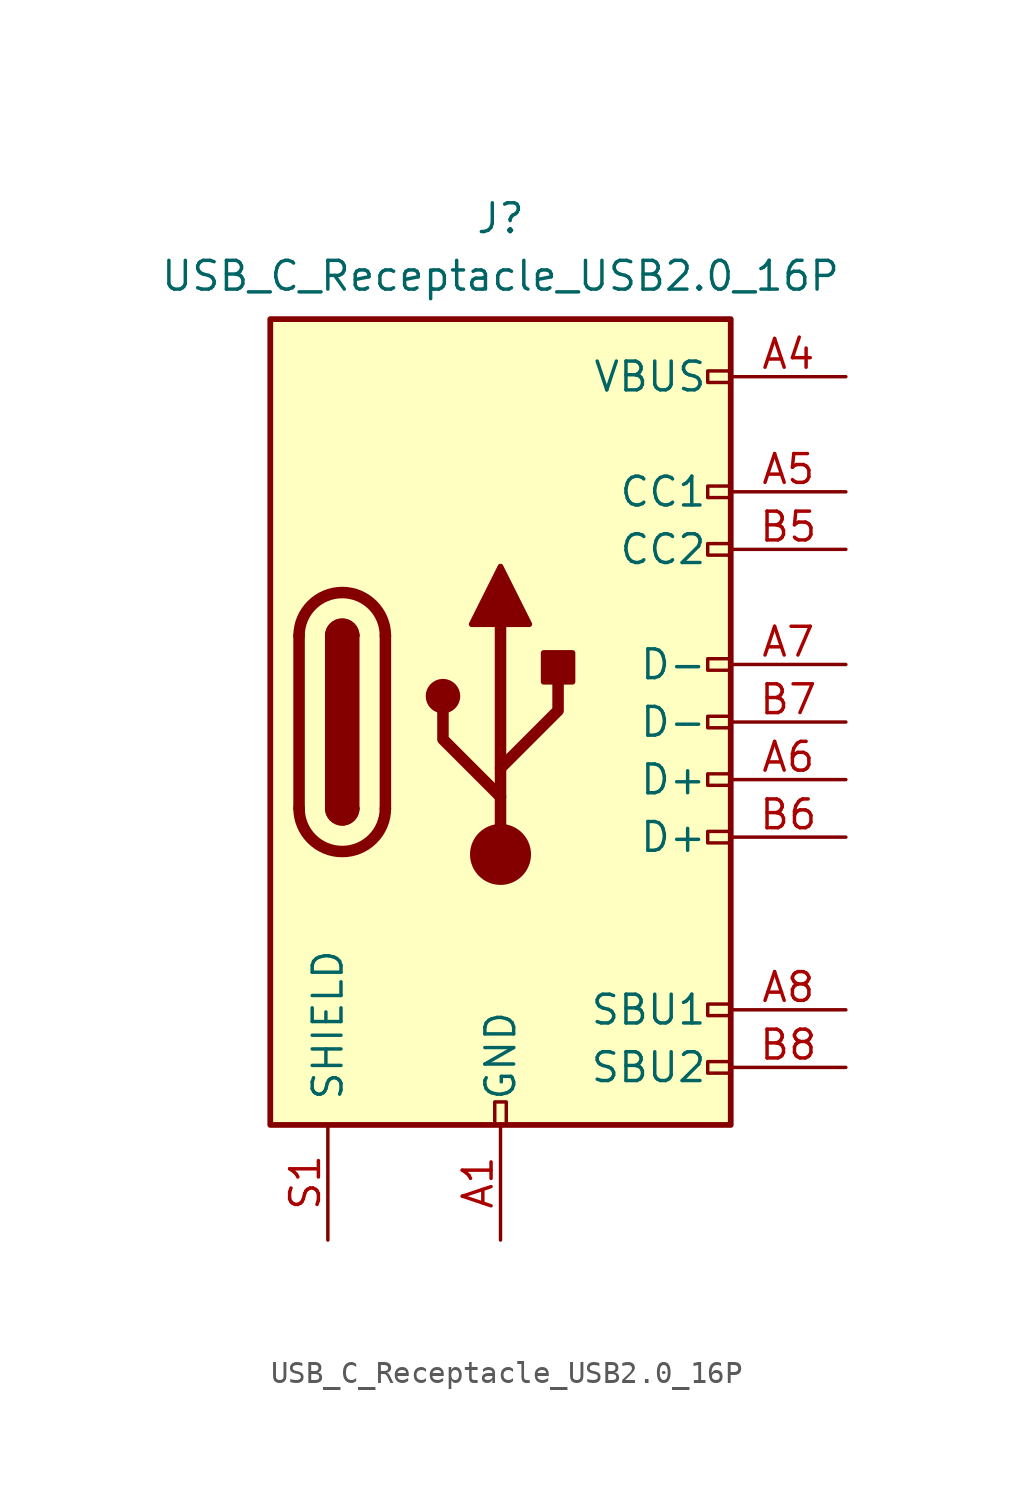
<source format=kicad_sym>
(kicad_symbol_lib
  (version 20241209)
  (generator "kicad_symbol_editor")
  (generator_version "9.0")
  (symbol "USB_C_Receptacle_USB2.0_16P"
    (pin_names
      (offset 1.016))
    (property "Reference" "J"
      (at 0 22.225 0)
      (effects (font (size 1.27 1.27))))
    (property "Value" "USB_C_Receptacle_USB2.0_16P"
      (at 0 19.685 0)
      (effects (font (size 1.27 1.27))))
    (symbol "USB_C_Receptacle_USB2.0_16P_0_0"
      (rectangle (start -0.254 -17.78) (end 0.254 -16.764) (stroke (width 0) (type default)) (fill (type none)))
      (rectangle (start 10.16 15.494) (end 9.144 14.986) (stroke (width 0) (type default)) (fill (type none)))
      (rectangle (start 10.16 10.414) (end 9.144 9.906) (stroke (width 0) (type default)) (fill (type none)))
      (rectangle (start 10.16 7.874) (end 9.144 7.366) (stroke (width 0) (type default)) (fill (type none)))
      (rectangle (start 10.16 2.794) (end 9.144 2.286) (stroke (width 0) (type default)) (fill (type none)))
      (rectangle (start 10.16 0.254) (end 9.144 -0.254) (stroke (width 0) (type default)) (fill (type none)))
      (rectangle (start 10.16 -2.286) (end 9.144 -2.794) (stroke (width 0) (type default)) (fill (type none)))
      (rectangle (start 10.16 -4.826) (end 9.144 -5.334) (stroke (width 0) (type default)) (fill (type none)))
      (rectangle (start 10.16 -12.446) (end 9.144 -12.954) (stroke (width 0) (type default)) (fill (type none)))
      (rectangle (start 10.16 -14.986) (end 9.144 -15.494) (stroke (width 0) (type default)) (fill (type none))))
    (symbol "USB_C_Receptacle_USB2.0_16P_0_1"
      (rectangle (start -10.16 17.78) (end 10.16 -17.78) (stroke (width 0.254) (type default)) (fill (type background)))
      (polyline (pts (xy -8.89 -3.81) (xy -8.89 3.81)) (stroke (width 0.508) (type default)) (fill (type none)))
      (rectangle (start -7.62 -3.81) (end -6.35 3.81) (stroke (width 0.254) (type default)) (fill (type outline)))
      (arc (start -7.62 3.81) (mid -6.985 4.4423) (end -6.35 3.81) (stroke (width 0.254) (type default)) (fill (type none)))
      (arc (start -7.62 3.81) (mid -6.985 4.4423) (end -6.35 3.81) (stroke (width 0.254) (type default)) (fill (type outline)))
      (arc (start -8.89 3.81) (mid -6.985 5.7067) (end -5.08 3.81) (stroke (width 0.508) (type default)) (fill (type none)))
      (arc (start -5.08 -3.81) (mid -6.985 -5.7067) (end -8.89 -3.81) (stroke (width 0.508) (type default)) (fill (type none)))
      (arc (start -6.35 -3.81) (mid -6.985 -4.4423) (end -7.62 -3.81) (stroke (width 0.254) (type default)) (fill (type none)))
      (arc (start -6.35 -3.81) (mid -6.985 -4.4423) (end -7.62 -3.81) (stroke (width 0.254) (type default)) (fill (type outline)))
      (polyline (pts (xy -5.08 3.81) (xy -5.08 -3.81)) (stroke (width 0.508) (type default)) (fill (type none)))
      (circle (center -2.54 1.143) (radius 0.635) (stroke (width 0.254) (type default)) (fill (type outline)))
      (polyline (pts (xy -1.27 4.318) (xy 0 6.858) (xy 1.27 4.318) (xy -1.27 4.318)) (stroke (width 0.254) (type default)) (fill (type outline)))
      (polyline (pts (xy 0 -2.032) (xy 2.54 0.508) (xy 2.54 1.778)) (stroke (width 0.508) (type default)) (fill (type none)))
      (polyline (pts (xy 0 -3.302) (xy -2.54 -0.762) (xy -2.54 0.508)) (stroke (width 0.508) (type default)) (fill (type none)))
      (polyline (pts (xy 0 -5.842) (xy 0 4.318)) (stroke (width 0.508) (type default)) (fill (type none)))
      (circle (center 0 -5.842) (radius 1.27) (stroke (width 0) (type default)) (fill (type outline)))
      (rectangle (start 1.905 1.778) (end 3.175 3.048) (stroke (width 0.254) (type default)) (fill (type outline))))
    (symbol "USB_C_Receptacle_USB2.0_16P_1_1"
      (pin passive line (at -7.62 -22.86 90) (length 5.08) (name "SHIELD" (effects (font (size 1.27 1.27)))) (number "S1" (effects (font (size 1.27 1.27)))))
      (pin passive line (at 0 -22.86 90) (length 5.08) (name "GND" (effects (font (size 1.27 1.27)))) (number "A1" (effects (font (size 1.27 1.27)))))
      (pin passive line (at 0 -22.86 90) (length 5.08) (hide yes) (name "GND" (effects (font (size 1.27 1.27)))) (number "A12" (effects (font (size 1.27 1.27)))))
      (pin passive line (at 0 -22.86 90) (length 5.08) (hide yes) (name "GND" (effects (font (size 1.27 1.27)))) (number "B1" (effects (font (size 1.27 1.27)))))
      (pin passive line (at 0 -22.86 90) (length 5.08) (hide yes) (name "GND" (effects (font (size 1.27 1.27)))) (number "B12" (effects (font (size 1.27 1.27)))))
      (pin power_out line (at 15.24 15.24 180) (length 5.08) (name "VBUS" (effects (font (size 1.27 1.27)))) (number "A4" (effects (font (size 1.27 1.27)))))
      (pin power_out line (at 15.24 15.24 180) (length 5.08) (hide yes) (name "VBUS" (effects (font (size 1.27 1.27)))) (number "A9" (effects (font (size 1.27 1.27)))))
      (pin power_out line (at 15.24 15.24 180) (length 5.08) (hide yes) (name "VBUS" (effects (font (size 1.27 1.27)))) (number "B4" (effects (font (size 1.27 1.27)))))
      (pin power_out line (at 15.24 15.24 180) (length 5.08) (hide yes) (name "VBUS" (effects (font (size 1.27 1.27)))) (number "B9" (effects (font (size 1.27 1.27)))))
      (pin bidirectional line (at 15.24 10.16 180) (length 5.08) (name "CC1" (effects (font (size 1.27 1.27)))) (number "A5" (effects (font (size 1.27 1.27)))))
      (pin bidirectional line (at 15.24 7.62 180) (length 5.08) (name "CC2" (effects (font (size 1.27 1.27)))) (number "B5" (effects (font (size 1.27 1.27)))))
      (pin bidirectional line (at 15.24 2.54 180) (length 5.08) (name "D-" (effects (font (size 1.27 1.27)))) (number "A7" (effects (font (size 1.27 1.27)))))
      (pin bidirectional line (at 15.24 0 180) (length 5.08) (name "D-" (effects (font (size 1.27 1.27)))) (number "B7" (effects (font (size 1.27 1.27)))))
      (pin bidirectional line (at 15.24 -2.54 180) (length 5.08) (name "D+" (effects (font (size 1.27 1.27)))) (number "A6" (effects (font (size 1.27 1.27)))))
      (pin bidirectional line (at 15.24 -5.08 180) (length 5.08) (name "D+" (effects (font (size 1.27 1.27)))) (number "B6" (effects (font (size 1.27 1.27)))))
      (pin bidirectional line (at 15.24 -12.7 180) (length 5.08) (name "SBU1" (effects (font (size 1.27 1.27)))) (number "A8" (effects (font (size 1.27 1.27)))))
      (pin bidirectional line (at 15.24 -15.24 180) (length 5.08) (name "SBU2" (effects (font (size 1.27 1.27)))) (number "B8" (effects (font (size 1.27 1.27))))))))
</source>
